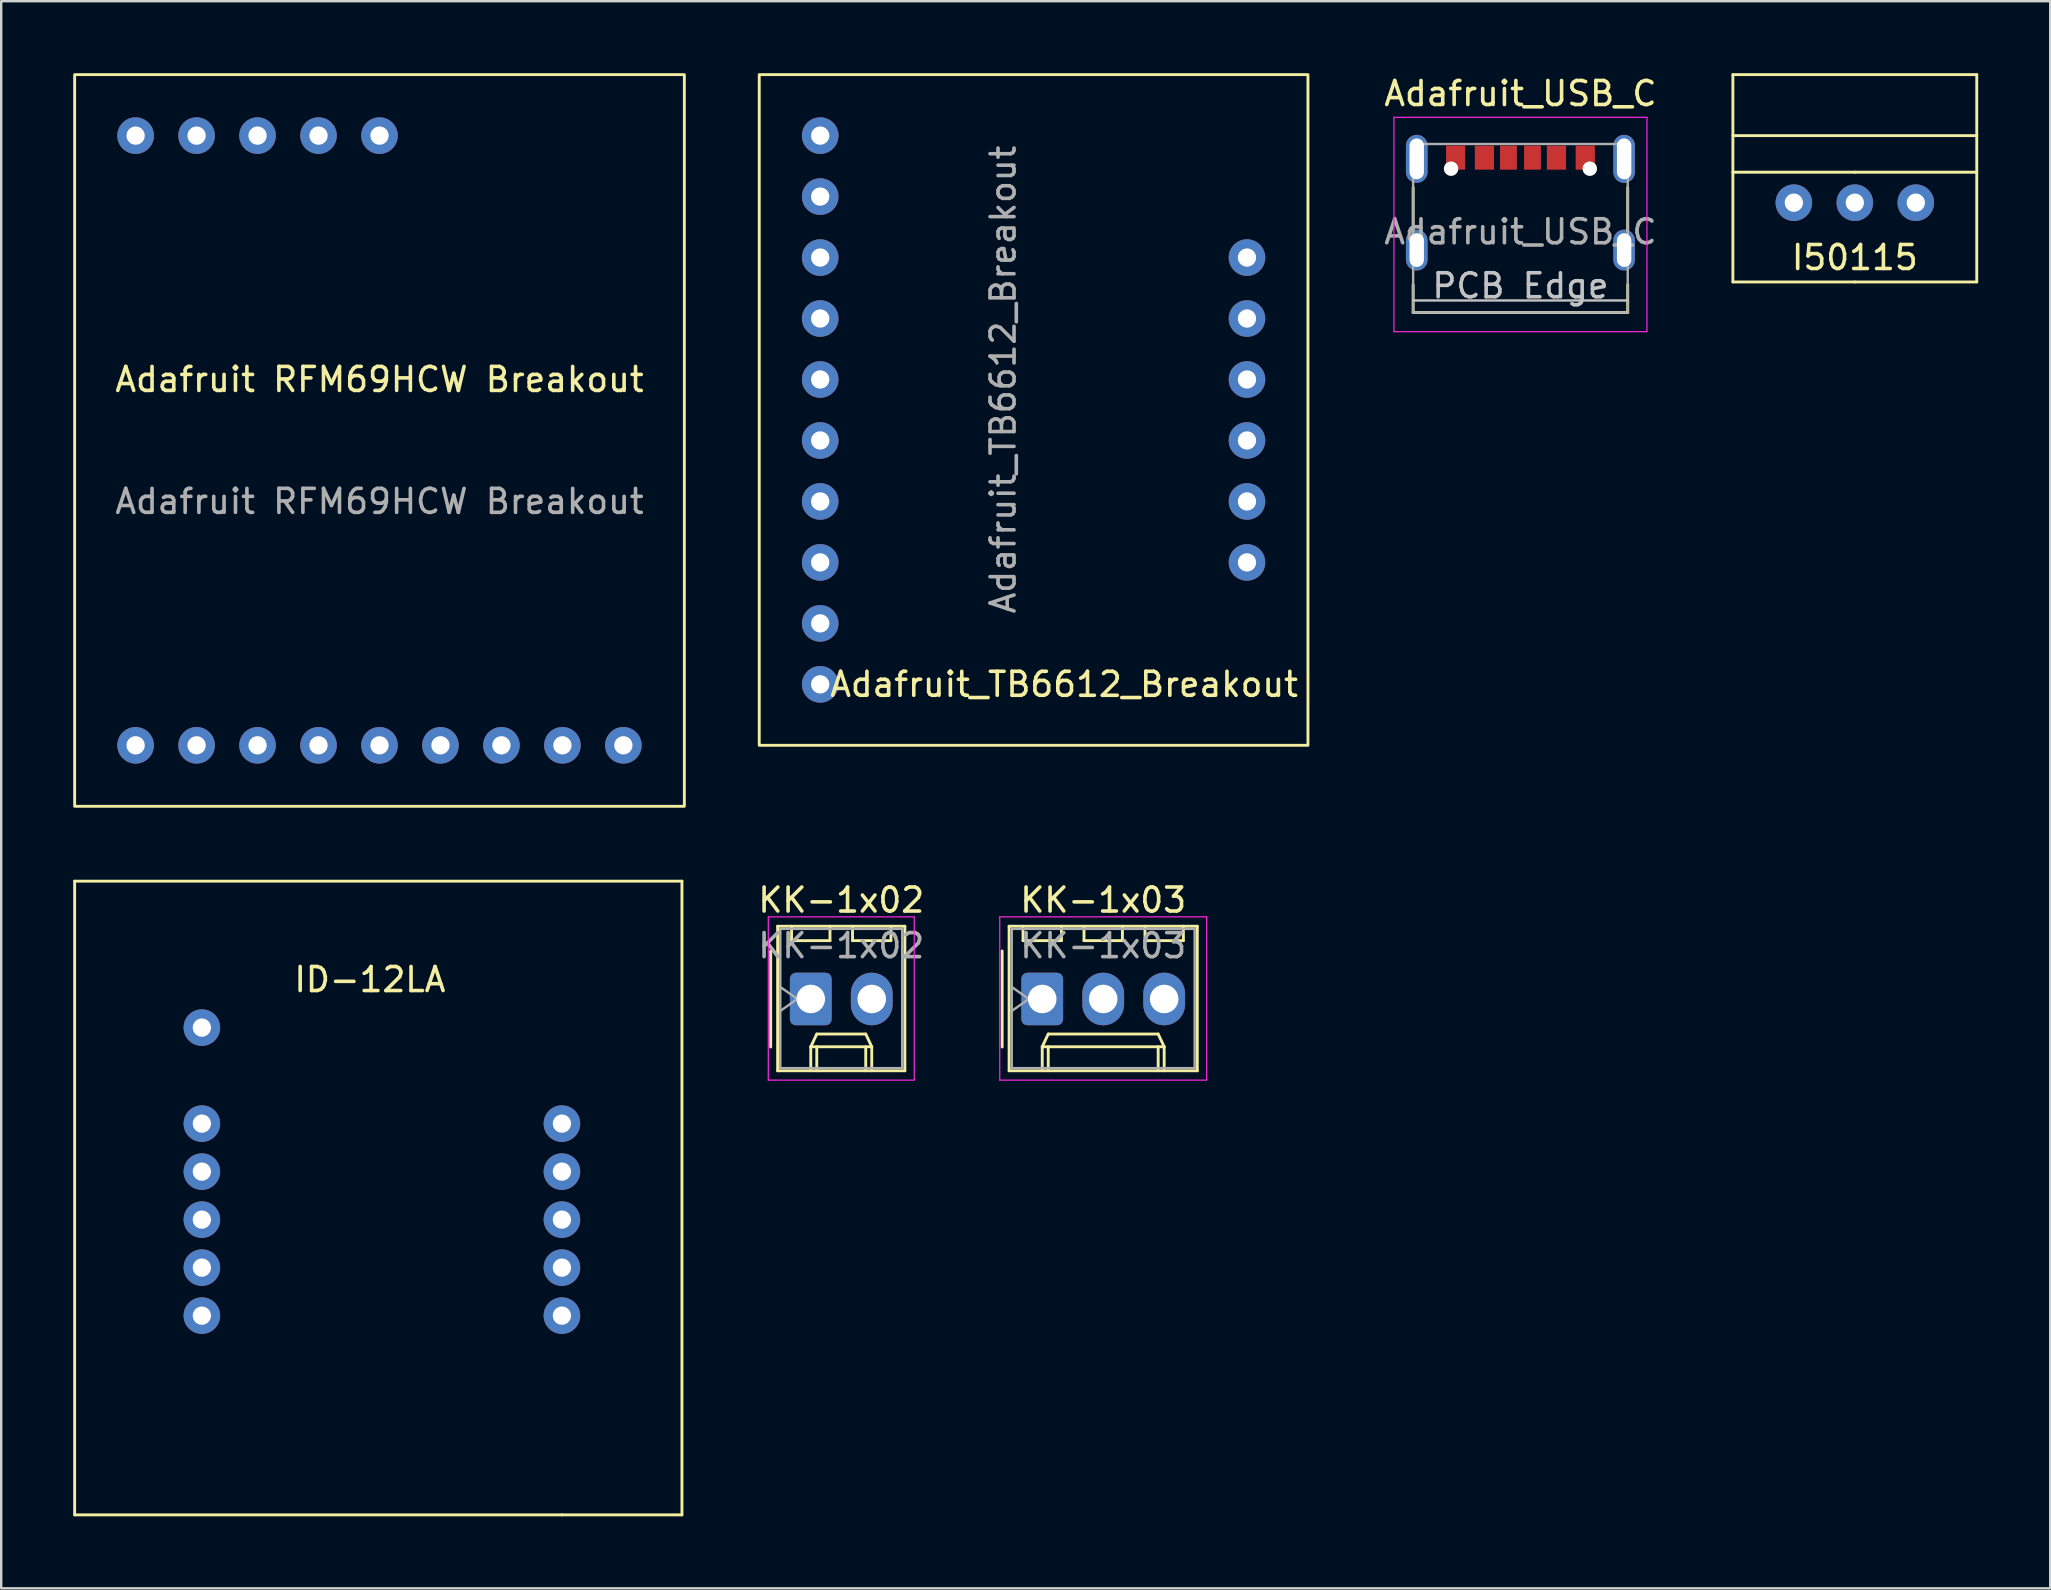
<source format=kicad_pcb>
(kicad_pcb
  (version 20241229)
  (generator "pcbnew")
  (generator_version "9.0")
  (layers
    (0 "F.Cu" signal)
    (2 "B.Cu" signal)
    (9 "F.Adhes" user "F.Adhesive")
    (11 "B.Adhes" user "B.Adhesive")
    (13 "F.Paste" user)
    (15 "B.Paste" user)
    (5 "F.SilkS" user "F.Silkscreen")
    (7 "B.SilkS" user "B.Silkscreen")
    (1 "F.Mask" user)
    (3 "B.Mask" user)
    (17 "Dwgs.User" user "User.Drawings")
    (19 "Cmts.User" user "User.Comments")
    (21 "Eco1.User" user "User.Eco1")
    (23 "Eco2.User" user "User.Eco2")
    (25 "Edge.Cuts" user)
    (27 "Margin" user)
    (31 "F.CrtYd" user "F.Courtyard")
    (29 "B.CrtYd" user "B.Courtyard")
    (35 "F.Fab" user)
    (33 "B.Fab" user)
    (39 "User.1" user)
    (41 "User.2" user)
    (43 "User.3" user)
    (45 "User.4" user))
  (footprint "Adafruit_TB6612_Breakout"
    (layer "F.Cu")
    (at 41.28 12.76)
    (property "Reference" "Adafruit_TB6612_Breakout" (at 0 12.7 0) (unlocked yes) (layer "F.SilkS") (effects (font (size 1 1) (thickness 0.15))))
    (attr through_hole)
    (fp_rect (start -12.7 -12.7) (end 10.16 15.24) (stroke (width 0.12) (type solid)) (fill no) (layer "F.SilkS"))
    (fp_text user "${REFERENCE}" (at -2.54 0 90) (unlocked yes) (layer "F.Fab") (effects (font (size 1 1) (thickness 0.15))))
    (pad "1" thru_hole circle (at -10.16 -10.16) (size 1.524 1.524) (drill 0.762) (layers "*.Cu" "*.Mask"))
    (pad "2" thru_hole circle (at -10.16 -7.62) (size 1.524 1.524) (drill 0.762) (layers "*.Cu" "*.Mask"))
    (pad "3" thru_hole circle (at -10.16 -5.08) (size 1.524 1.524) (drill 0.762) (layers "*.Cu" "*.Mask"))
    (pad "4" thru_hole circle (at -10.16 -2.54) (size 1.524 1.524) (drill 0.762) (layers "*.Cu" "*.Mask"))
    (pad "5" thru_hole circle (at -10.16 0) (size 1.524 1.524) (drill 0.762) (layers "*.Cu" "*.Mask"))
    (pad "6" thru_hole circle (at -10.16 2.54) (size 1.524 1.524) (drill 0.762) (layers "*.Cu" "*.Mask"))
    (pad "7" thru_hole circle (at -10.16 5.08) (size 1.524 1.524) (drill 0.762) (layers "*.Cu" "*.Mask"))
    (pad "8" thru_hole circle (at -10.16 7.62) (size 1.524 1.524) (drill 0.762) (layers "*.Cu" "*.Mask"))
    (pad "9" thru_hole circle (at -10.16 10.16) (size 1.524 1.524) (drill 0.762) (layers "*.Cu" "*.Mask"))
    (pad "10" thru_hole circle (at -10.16 12.7) (size 1.524 1.524) (drill 0.762) (layers "*.Cu" "*.Mask"))
    (pad "11" thru_hole circle (at 7.62 7.62) (size 1.524 1.524) (drill 0.762) (layers "*.Cu" "*.Mask"))
    (pad "12" thru_hole circle (at 7.62 5.08) (size 1.524 1.524) (drill 0.762) (layers "*.Cu" "*.Mask"))
    (pad "13" thru_hole circle (at 7.62 2.54) (size 1.524 1.524) (drill 0.762) (layers "*.Cu" "*.Mask"))
    (pad "14" thru_hole circle (at 7.62 0) (size 1.524 1.524) (drill 0.762) (layers "*.Cu" "*.Mask"))
    (pad "15" thru_hole circle (at 7.62 -2.54) (size 1.524 1.524) (drill 0.762) (layers "*.Cu" "*.Mask"))
    (pad "16" thru_hole circle (at 7.62 -5.08) (size 1.524 1.524) (drill 0.762) (layers "*.Cu" "*.Mask")))
  (footprint "ID-12LA"
    (layer "F.Cu")
    (at 20.36 43.76)
    (property "Reference" "ID-12LA" (at -8 -6 0) (layer "F.SilkS") (effects (font (size 1 1) (thickness 0.15))))
    (attr through_hole)
    (fp_line (start -20.3 -10.1) (end 5 -10.1) (stroke (width 0.12) (type solid)) (layer "F.SilkS"))
    (fp_line (start -20.3 16.3) (end -20.3 -10.1) (stroke (width 0.12) (type solid)) (layer "F.SilkS"))
    (fp_line (start 0 16.3) (end -20.3 16.3) (stroke (width 0.12) (type solid)) (layer "F.SilkS"))
    (fp_line (start 5 -10.1) (end 5 16.3) (stroke (width 0.12) (type solid)) (layer "F.SilkS"))
    (fp_line (start 5 16.3) (end 0 16.3) (stroke (width 0.12) (type solid)) (layer "F.SilkS"))
    (pad "1" thru_hole circle (at 0 0) (size 1.524 1.524) (drill 0.762) (layers "*.Cu" "*.Mask"))
    (pad "2" thru_hole circle (at 0 2) (size 1.524 1.524) (drill 0.762) (layers "*.Cu" "*.Mask"))
    (pad "3" thru_hole circle (at 0 4) (size 1.524 1.524) (drill 0.762) (layers "*.Cu" "*.Mask"))
    (pad "4" thru_hole circle (at 0 6) (size 1.524 1.524) (drill 0.762) (layers "*.Cu" "*.Mask"))
    (pad "5" thru_hole circle (at 0 8) (size 1.524 1.524) (drill 0.762) (layers "*.Cu" "*.Mask"))
    (pad "6" thru_hole circle (at -15 8) (size 1.524 1.524) (drill 0.762) (layers "*.Cu" "*.Mask"))
    (pad "7" thru_hole circle (at -15 6) (size 1.524 1.524) (drill 0.762) (layers "*.Cu" "*.Mask"))
    (pad "8" thru_hole circle (at -15 4) (size 1.524 1.524) (drill 0.762) (layers "*.Cu" "*.Mask"))
    (pad "9" thru_hole circle (at -15 2) (size 1.524 1.524) (drill 0.762) (layers "*.Cu" "*.Mask"))
    (pad "10" thru_hole circle (at -15 0) (size 1.524 1.524) (drill 0.762) (layers "*.Cu" "*.Mask"))
    (pad "11" thru_hole circle (at -15 -4) (size 1.524 1.524) (drill 0.762) (layers "*.Cu" "*.Mask")))
  (footprint "I50115"
    (layer "F.Cu")
    (at 74.223 5.394)
    (property "Reference" "I50115" (at 0 2.286 0) (unlocked yes) (layer "F.SilkS") (effects (font (size 1 1) (thickness 0.15))))
    (attr through_hole)
    (fp_line (start -5.08 -2.794) (end 5.08 -2.794) (stroke (width 0.12) (type solid)) (layer "F.SilkS"))
    (fp_line (start -5.08 3.302) (end -5.08 -5.334) (stroke (width 0.12) (type solid)) (layer "F.SilkS"))
    (fp_line (start 0 -1.27) (end -5.08 -1.27) (stroke (width 0.12) (type solid)) (layer "F.SilkS"))
    (fp_line (start 0 -1.27) (end 5.08 -1.27) (stroke (width 0.12) (type solid)) (layer "F.SilkS"))
    (fp_line (start 0 3.302) (end -5.08 3.302) (stroke (width 0.12) (type solid)) (layer "F.SilkS"))
    (fp_line (start 0 3.302) (end 5.08 3.302) (stroke (width 0.12) (type solid)) (layer "F.SilkS"))
    (fp_line (start 5.08 -5.334) (end -5.08 -5.334) (stroke (width 0.12) (type solid)) (layer "F.SilkS"))
    (fp_line (start 5.08 3.302) (end 5.08 -5.334) (stroke (width 0.12) (type solid)) (layer "F.SilkS"))
    (pad "1" thru_hole circle (at -2.54 0) (size 1.524 1.524) (drill 0.762) (layers "*.Cu" "*.Mask"))
    (pad "2" thru_hole circle (at 0 0) (size 1.524 1.524) (drill 0.762) (layers "*.Cu" "*.Mask"))
    (pad "3" thru_hole circle (at 2.54 0) (size 1.524 1.524) (drill 0.762) (layers "*.Cu" "*.Mask")))
  (footprint "KK-1x03"
    (layer "F.Cu")
    (at 40.37 38.568)
    (property "Reference" "KK-1x03" (at 2.54 -4.12 0) (layer "F.SilkS") (effects (font (size 1 1) (thickness 0.15))))
    (attr through_hole)
    (fp_line (start -1.67 -2) (end -1.67 2) (stroke (width 0.12) (type solid)) (layer "F.SilkS"))
    (fp_line (start -1.38 -3.03) (end -1.38 2.99) (stroke (width 0.12) (type solid)) (layer "F.SilkS"))
    (fp_line (start -1.38 2.99) (end 6.46 2.99) (stroke (width 0.12) (type solid)) (layer "F.SilkS"))
    (fp_line (start -0.8 -3.03) (end -0.8 -2.43) (stroke (width 0.12) (type solid)) (layer "F.SilkS"))
    (fp_line (start -0.8 -2.43) (end 0.8 -2.43) (stroke (width 0.12) (type solid)) (layer "F.SilkS"))
    (fp_line (start 0 1.99) (end 0.25 1.46) (stroke (width 0.12) (type solid)) (layer "F.SilkS"))
    (fp_line (start 0 1.99) (end 5.08 1.99) (stroke (width 0.12) (type solid)) (layer "F.SilkS"))
    (fp_line (start 0 2.99) (end 0 1.99) (stroke (width 0.12) (type solid)) (layer "F.SilkS"))
    (fp_line (start 0.25 1.46) (end 4.83 1.46) (stroke (width 0.12) (type solid)) (layer "F.SilkS"))
    (fp_line (start 0.25 2.99) (end 0.25 1.99) (stroke (width 0.12) (type solid)) (layer "F.SilkS"))
    (fp_line (start 0.8 -2.43) (end 0.8 -3.03) (stroke (width 0.12) (type solid)) (layer "F.SilkS"))
    (fp_line (start 1.74 -3.03) (end 1.74 -2.43) (stroke (width 0.12) (type solid)) (layer "F.SilkS"))
    (fp_line (start 1.74 -2.43) (end 3.34 -2.43) (stroke (width 0.12) (type solid)) (layer "F.SilkS"))
    (fp_line (start 3.34 -2.43) (end 3.34 -3.03) (stroke (width 0.12) (type solid)) (layer "F.SilkS"))
    (fp_line (start 4.28 -3.03) (end 4.28 -2.43) (stroke (width 0.12) (type solid)) (layer "F.SilkS"))
    (fp_line (start 4.28 -2.43) (end 5.88 -2.43) (stroke (width 0.12) (type solid)) (layer "F.SilkS"))
    (fp_line (start 4.83 1.46) (end 5.08 1.99) (stroke (width 0.12) (type solid)) (layer "F.SilkS"))
    (fp_line (start 4.83 2.99) (end 4.83 1.99) (stroke (width 0.12) (type solid)) (layer "F.SilkS"))
    (fp_line (start 5.08 1.99) (end 5.08 2.99) (stroke (width 0.12) (type solid)) (layer "F.SilkS"))
    (fp_line (start 5.88 -2.43) (end 5.88 -3.03) (stroke (width 0.12) (type solid)) (layer "F.SilkS"))
    (fp_line (start 6.46 -3.03) (end -1.38 -3.03) (stroke (width 0.12) (type solid)) (layer "F.SilkS"))
    (fp_line (start 6.46 2.99) (end 6.46 -3.03) (stroke (width 0.12) (type solid)) (layer "F.SilkS"))
    (fp_line (start -1.77 -3.42) (end -1.77 3.38) (stroke (width 0.05) (type solid)) (layer "F.CrtYd"))
    (fp_line (start -1.77 3.38) (end 6.85 3.38) (stroke (width 0.05) (type solid)) (layer "F.CrtYd"))
    (fp_line (start 6.85 -3.42) (end -1.77 -3.42) (stroke (width 0.05) (type solid)) (layer "F.CrtYd"))
    (fp_line (start 6.85 3.38) (end 6.85 -3.42) (stroke (width 0.05) (type solid)) (layer "F.CrtYd"))
    (fp_line (start -1.27 -2.92) (end -1.27 2.88) (stroke (width 0.1) (type solid)) (layer "F.Fab"))
    (fp_line (start -1.27 -0.5) (end -0.563 0) (stroke (width 0.1) (type solid)) (layer "F.Fab"))
    (fp_line (start -1.27 2.88) (end 6.35 2.88) (stroke (width 0.1) (type solid)) (layer "F.Fab"))
    (fp_line (start -0.563 0) (end -1.27 0.5) (stroke (width 0.1) (type solid)) (layer "F.Fab"))
    (fp_line (start 6.35 -2.92) (end -1.27 -2.92) (stroke (width 0.1) (type solid)) (layer "F.Fab"))
    (fp_line (start 6.35 2.88) (end 6.35 -2.92) (stroke (width 0.1) (type solid)) (layer "F.Fab"))
    (fp_text user "${REFERENCE}" (at 2.54 -2.22 0) (layer "F.Fab") (effects (font (size 1 1) (thickness 0.15))))
    (pad "1" thru_hole roundrect (at 0 0) (size 1.74 2.19) (drill 1.19) (layers "*.Cu" "*.Mask") (roundrect_rratio 0.144))
    (pad "2" thru_hole oval (at 2.54 0) (size 1.74 2.19) (drill 1.19) (layers "*.Cu" "*.Mask"))
    (pad "3" thru_hole oval (at 5.08 0) (size 1.74 2.19) (drill 1.19) (layers "*.Cu" "*.Mask")))
  (footprint "Adafruit RFM69HCW Breakout"
    (layer "F.Cu")
    (at 2.6 28)
    (property "Reference" "Adafruit RFM69HCW Breakout" (at 10.16 -15.24 0) (unlocked yes) (layer "F.SilkS") (effects (font (size 1 1) (thickness 0.15))))
    (attr through_hole)
    (fp_rect (start -2.54 2.54) (end 22.86 -27.94) (stroke (width 0.12) (type solid)) (fill no) (layer "F.SilkS"))
    (fp_text user "${REFERENCE}" (at 10.16 -10.16 0) (unlocked yes) (layer "F.Fab") (effects (font (size 1 1) (thickness 0.15))))
    (pad "1" thru_hole circle (at 0 0) (size 1.524 1.524) (drill 0.762) (layers "*.Cu" "*.Mask"))
    (pad "2" thru_hole circle (at 2.54 0) (size 1.524 1.524) (drill 0.762) (layers "*.Cu" "*.Mask"))
    (pad "3" thru_hole circle (at 5.08 0) (size 1.524 1.524) (drill 0.762) (layers "*.Cu" "*.Mask"))
    (pad "4" thru_hole circle (at 7.62 0) (size 1.524 1.524) (drill 0.762) (layers "*.Cu" "*.Mask"))
    (pad "5" thru_hole circle (at 10.16 0) (size 1.524 1.524) (drill 0.762) (layers "*.Cu" "*.Mask"))
    (pad "6" thru_hole circle (at 12.7 0) (size 1.524 1.524) (drill 0.762) (layers "*.Cu" "*.Mask"))
    (pad "7" thru_hole circle (at 15.24 0) (size 1.524 1.524) (drill 0.762) (layers "*.Cu" "*.Mask"))
    (pad "8" thru_hole circle (at 17.78 0) (size 1.524 1.524) (drill 0.762) (layers "*.Cu" "*.Mask"))
    (pad "9" thru_hole circle (at 20.32 0) (size 1.524 1.524) (drill 0.762) (layers "*.Cu" "*.Mask"))
    (pad "10" thru_hole circle (at 0 -25.4) (size 1.524 1.524) (drill 0.762) (layers "*.Cu" "*.Mask"))
    (pad "11" thru_hole circle (at 2.54 -25.4) (size 1.524 1.524) (drill 0.762) (layers "*.Cu" "*.Mask"))
    (pad "12" thru_hole circle (at 5.08 -25.4) (size 1.524 1.524) (drill 0.762) (layers "*.Cu" "*.Mask"))
    (pad "13" thru_hole circle (at 7.62 -25.4) (size 1.524 1.524) (drill 0.762) (layers "*.Cu" "*.Mask"))
    (pad "14" thru_hole circle (at 10.16 -25.4) (size 1.524 1.524) (drill 0.762) (layers "*.Cu" "*.Mask")))
  (footprint "KK-1x02"
    (layer "F.Cu")
    (at 30.727 38.568)
    (property "Reference" "KK-1x02" (at 1.27 -4.12 0) (layer "F.SilkS") (effects (font (size 1 1) (thickness 0.15))))
    (attr through_hole)
    (fp_line (start -1.67 -2) (end -1.67 2) (stroke (width 0.12) (type solid)) (layer "F.SilkS"))
    (fp_line (start -1.38 -3.03) (end -1.38 2.99) (stroke (width 0.12) (type solid)) (layer "F.SilkS"))
    (fp_line (start -1.38 2.99) (end 3.92 2.99) (stroke (width 0.12) (type solid)) (layer "F.SilkS"))
    (fp_line (start -0.8 -3.03) (end -0.8 -2.43) (stroke (width 0.12) (type solid)) (layer "F.SilkS"))
    (fp_line (start -0.8 -2.43) (end 0.8 -2.43) (stroke (width 0.12) (type solid)) (layer "F.SilkS"))
    (fp_line (start 0 1.99) (end 0.25 1.46) (stroke (width 0.12) (type solid)) (layer "F.SilkS"))
    (fp_line (start 0 1.99) (end 2.54 1.99) (stroke (width 0.12) (type solid)) (layer "F.SilkS"))
    (fp_line (start 0 2.99) (end 0 1.99) (stroke (width 0.12) (type solid)) (layer "F.SilkS"))
    (fp_line (start 0.25 1.46) (end 2.29 1.46) (stroke (width 0.12) (type solid)) (layer "F.SilkS"))
    (fp_line (start 0.25 2.99) (end 0.25 1.99) (stroke (width 0.12) (type solid)) (layer "F.SilkS"))
    (fp_line (start 0.8 -2.43) (end 0.8 -3.03) (stroke (width 0.12) (type solid)) (layer "F.SilkS"))
    (fp_line (start 1.74 -3.03) (end 1.74 -2.43) (stroke (width 0.12) (type solid)) (layer "F.SilkS"))
    (fp_line (start 1.74 -2.43) (end 3.34 -2.43) (stroke (width 0.12) (type solid)) (layer "F.SilkS"))
    (fp_line (start 2.29 1.46) (end 2.54 1.99) (stroke (width 0.12) (type solid)) (layer "F.SilkS"))
    (fp_line (start 2.29 2.99) (end 2.29 1.99) (stroke (width 0.12) (type solid)) (layer "F.SilkS"))
    (fp_line (start 2.54 1.99) (end 2.54 2.99) (stroke (width 0.12) (type solid)) (layer "F.SilkS"))
    (fp_line (start 3.34 -2.43) (end 3.34 -3.03) (stroke (width 0.12) (type solid)) (layer "F.SilkS"))
    (fp_line (start 3.92 -3.03) (end -1.38 -3.03) (stroke (width 0.12) (type solid)) (layer "F.SilkS"))
    (fp_line (start 3.92 2.99) (end 3.92 -3.03) (stroke (width 0.12) (type solid)) (layer "F.SilkS"))
    (fp_line (start -1.77 -3.42) (end -1.77 3.38) (stroke (width 0.05) (type solid)) (layer "F.CrtYd"))
    (fp_line (start -1.77 3.38) (end 4.31 3.38) (stroke (width 0.05) (type solid)) (layer "F.CrtYd"))
    (fp_line (start 4.31 -3.42) (end -1.77 -3.42) (stroke (width 0.05) (type solid)) (layer "F.CrtYd"))
    (fp_line (start 4.31 3.38) (end 4.31 -3.42) (stroke (width 0.05) (type solid)) (layer "F.CrtYd"))
    (fp_line (start -1.27 -2.92) (end -1.27 2.88) (stroke (width 0.1) (type solid)) (layer "F.Fab"))
    (fp_line (start -1.27 -0.5) (end -0.563 0) (stroke (width 0.1) (type solid)) (layer "F.Fab"))
    (fp_line (start -1.27 2.88) (end 3.81 2.88) (stroke (width 0.1) (type solid)) (layer "F.Fab"))
    (fp_line (start -0.563 0) (end -1.27 0.5) (stroke (width 0.1) (type solid)) (layer "F.Fab"))
    (fp_line (start 3.81 -2.92) (end -1.27 -2.92) (stroke (width 0.1) (type solid)) (layer "F.Fab"))
    (fp_line (start 3.81 2.88) (end 3.81 -2.92) (stroke (width 0.1) (type solid)) (layer "F.Fab"))
    (fp_text user "${REFERENCE}" (at 1.27 -2.22 0) (layer "F.Fab") (effects (font (size 1 1) (thickness 0.15))))
    (pad "1" thru_hole roundrect (at 0 0) (size 1.74 2.19) (drill 1.19) (layers "*.Cu" "*.Mask") (roundrect_rratio 0.144))
    (pad "2" thru_hole oval (at 2.54 0) (size 1.74 2.19) (drill 1.19) (layers "*.Cu" "*.Mask")))
  (footprint "Adafruit_USB_C"
    (layer "F.Cu")
    (at 60.292 5.428)
    (property "Reference" "Adafruit_USB_C" (at 0 -4.58 0) (layer "F.SilkS") (effects (font (size 1 1) (thickness 0.15))))
    (attr smd)
    (fp_line (start -4.47 -0.67) (end -4.47 1.13) (stroke (width 0.12) (type solid)) (layer "F.SilkS"))
    (fp_line (start -4.47 4.54) (end -4.47 3.38) (stroke (width 0.12) (type solid)) (layer "F.SilkS"))
    (fp_line (start 4.47 -0.67) (end 4.47 1.13) (stroke (width 0.12) (type solid)) (layer "F.SilkS"))
    (fp_line (start 4.47 4.54) (end -4.47 4.54) (stroke (width 0.12) (type solid)) (layer "F.SilkS"))
    (fp_line (start 4.47 4.54) (end 4.47 3.38) (stroke (width 0.12) (type solid)) (layer "F.SilkS"))
    (fp_line (start -4.47 4.04) (end 4.47 4.04) (stroke (width 0.1) (type solid)) (layer "Dwgs.User"))
    (fp_line (start -5.27 -3.59) (end -5.27 5.34) (stroke (width 0.05) (type solid)) (layer "F.CrtYd"))
    (fp_line (start -5.27 5.34) (end 5.27 5.34) (stroke (width 0.05) (type solid)) (layer "F.CrtYd"))
    (fp_line (start 5.27 -3.59) (end -5.27 -3.59) (stroke (width 0.05) (type solid)) (layer "F.CrtYd"))
    (fp_line (start 5.27 5.34) (end 5.27 -3.59) (stroke (width 0.05) (type solid)) (layer "F.CrtYd"))
    (fp_line (start -4.47 -2.48) (end -4.47 4.54) (stroke (width 0.1) (type solid)) (layer "F.Fab"))
    (fp_line (start -4.47 -2.48) (end 4.47 -2.48) (stroke (width 0.1) (type solid)) (layer "F.Fab"))
    (fp_line (start 4.47 -2.48) (end 4.47 4.54) (stroke (width 0.1) (type solid)) (layer "F.Fab"))
    (fp_line (start 4.47 4.54) (end -4.47 4.54) (stroke (width 0.1) (type solid)) (layer "F.Fab"))
    (fp_text user "PCB Edge" (at 0 3.43 0) (layer "Dwgs.User") (effects (font (size 1 1) (thickness 0.15))))
    (fp_text user "${REFERENCE}" (at 0 1.18 0) (layer "F.Fab") (effects (font (size 1 1) (thickness 0.15))))
    (pad "" np_thru_hole circle (at -2.89 -1.45 180) (size 0.6 0.6) (drill 0.6) (layers "*.Cu" "*.Mask"))
    (pad "" np_thru_hole circle (at 2.89 -1.45 180) (size 0.6 0.6) (drill 0.6) (layers "*.Cu" "*.Mask"))
    (pad "A5" smd rect (at -0.5 -1.91) (size 0.7 1) (layers "F.Cu" "F.Mask" "F.Paste"))
    (pad "A9" smd rect (at 1.5 -1.91) (size 0.8 1) (layers "F.Cu" "F.Mask" "F.Paste"))
    (pad "A12" smd rect (at 2.7 -1.91) (size 0.8 1) (layers "F.Cu" "F.Mask" "F.Paste"))
    (pad "B5" smd rect (at 0.5 -1.91) (size 0.7 1) (layers "F.Cu" "F.Mask" "F.Paste"))
    (pad "B9" smd rect (at -1.5 -1.91) (size 0.8 1) (layers "F.Cu" "F.Mask" "F.Paste"))
    (pad "B12" smd rect (at -2.7 -1.91) (size 0.8 1) (layers "F.Cu" "F.Mask" "F.Paste"))
    (pad "S1" thru_hole oval (at -4.32 -1.86 90) (size 2 0.9) (drill oval 1.7 0.6) (layers "*.Cu" "*.Mask"))
    (pad "S1" thru_hole oval (at -4.32 1.94 90) (size 1.7 0.9) (drill oval 1.4 0.6) (layers "*.Cu" "*.Mask"))
    (pad "S1" thru_hole oval (at 4.32 -1.86 90) (size 2 0.9) (drill oval 1.7 0.6) (layers "*.Cu" "*.Mask"))
    (pad "S1" thru_hole oval (at 4.32 1.94 90) (size 1.7 0.9) (drill oval 1.4 0.6) (layers "*.Cu" "*.Mask")))
  (gr_rect
    (start -3 -3)
    (end 82.363 63.12)
    (stroke (width 0.1) (type default))
    (fill no)
    (layer "Edge.Cuts")))
</source>
